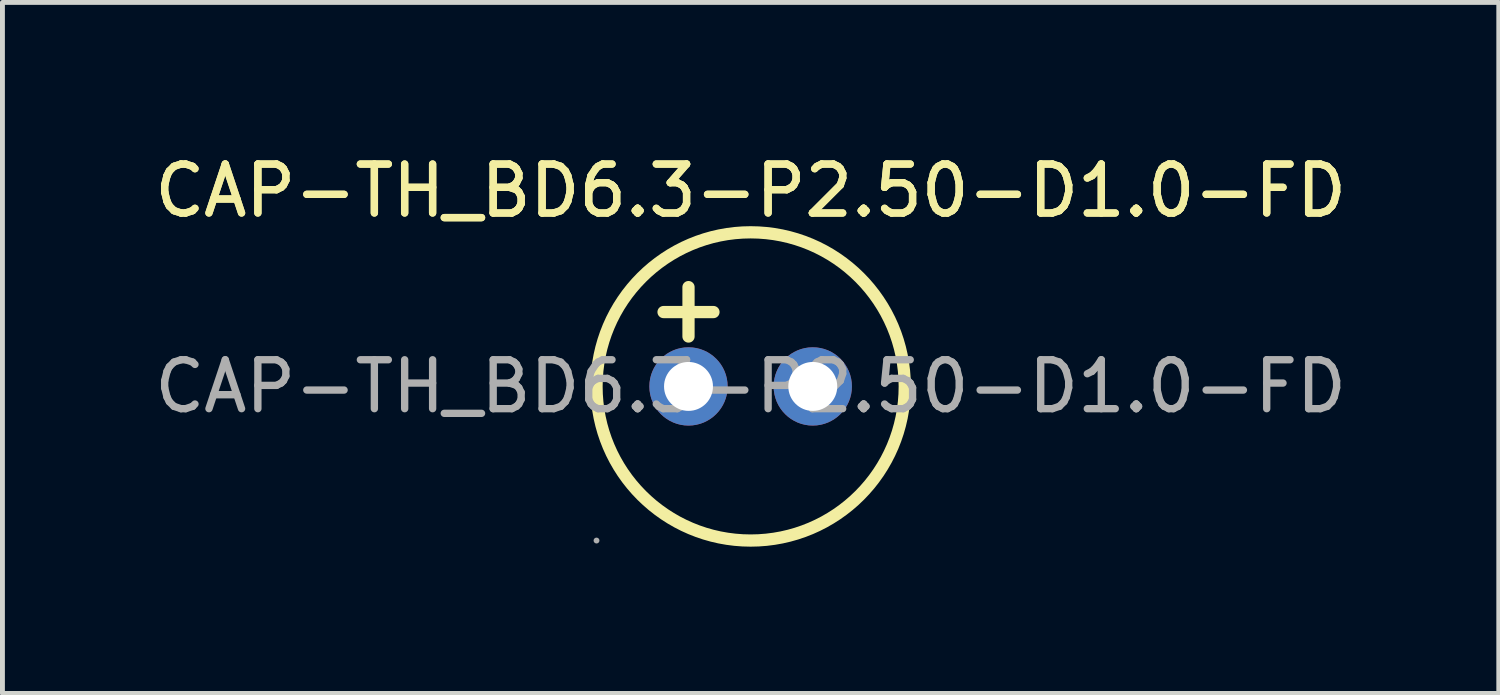
<source format=kicad_pcb>
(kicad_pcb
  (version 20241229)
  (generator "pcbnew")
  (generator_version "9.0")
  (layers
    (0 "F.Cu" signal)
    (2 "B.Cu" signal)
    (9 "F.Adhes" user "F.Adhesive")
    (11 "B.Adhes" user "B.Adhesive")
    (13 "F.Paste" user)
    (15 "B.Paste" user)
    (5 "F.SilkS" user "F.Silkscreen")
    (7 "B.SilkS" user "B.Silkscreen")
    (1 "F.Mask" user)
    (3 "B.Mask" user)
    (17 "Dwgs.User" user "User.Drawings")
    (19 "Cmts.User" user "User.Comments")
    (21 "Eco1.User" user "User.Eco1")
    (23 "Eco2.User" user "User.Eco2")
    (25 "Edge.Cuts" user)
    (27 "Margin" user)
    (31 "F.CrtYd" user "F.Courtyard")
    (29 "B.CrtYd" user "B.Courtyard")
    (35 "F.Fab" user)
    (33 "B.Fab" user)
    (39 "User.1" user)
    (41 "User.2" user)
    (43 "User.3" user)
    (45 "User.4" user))
  (footprint "CAP-TH_BD6.3-P2.50-D1.0-FD"
    (layer "F.Cu")
    (at 12.292 4.848)
    (property "Reference" "CAP-TH_BD6.3-P2.50-D1.0-FD" (at 0 -4 0) (layer "F.SilkS") (effects (font (size 1 1) (thickness 0.15))))
    (attr through_hole)
    (fp_line (start -1.78 -1.52) (end -0.76 -1.52) (stroke (width 0.25) (type solid)) (layer "F.SilkS"))
    (fp_line (start -1.27 -2.03) (end -1.27 -1.02) (stroke (width 0.25) (type solid)) (layer "F.SilkS"))
    (fp_circle (center 0 0) (end 3.15 0) (stroke (width 0.25) (type solid)) (fill no) (layer "F.SilkS"))
    (fp_circle (center -3.15 3.15) (end -3.12 3.15) (stroke (width 0.06) (type solid)) (fill no) (layer "F.Fab"))
    (fp_circle (center -1.27 0) (end -1.12 0) (stroke (width 0.3) (type solid)) (fill no) (layer "F.Fab"))
    (fp_circle (center 1.27 0) (end 1.42 0) (stroke (width 0.3) (type solid)) (fill no) (layer "F.Fab"))
    (fp_text user "${REFERENCE}" (at 0 -4 0) (layer "F.SilkS") (effects (font (size 1 1) (thickness 0.15))))
    (fp_text user "${REFERENCE}" (at 0 0 0) (layer "F.Fab") (effects (font (size 1 1) (thickness 0.15))))
    (pad "1" thru_hole circle (at -1.27 0) (size 1.6 1.6) (drill 1) (layers "*.Cu" "*.Mask"))
    (pad "2" thru_hole circle (at 1.27 0) (size 1.6 1.6) (drill 1) (layers "*.Cu" "*.Mask")))
  (gr_rect
    (start -3 -3)
    (end 27.583 11.123)
    (stroke (width 0.1) (type default))
    (fill no)
    (layer "Edge.Cuts")))
</source>
